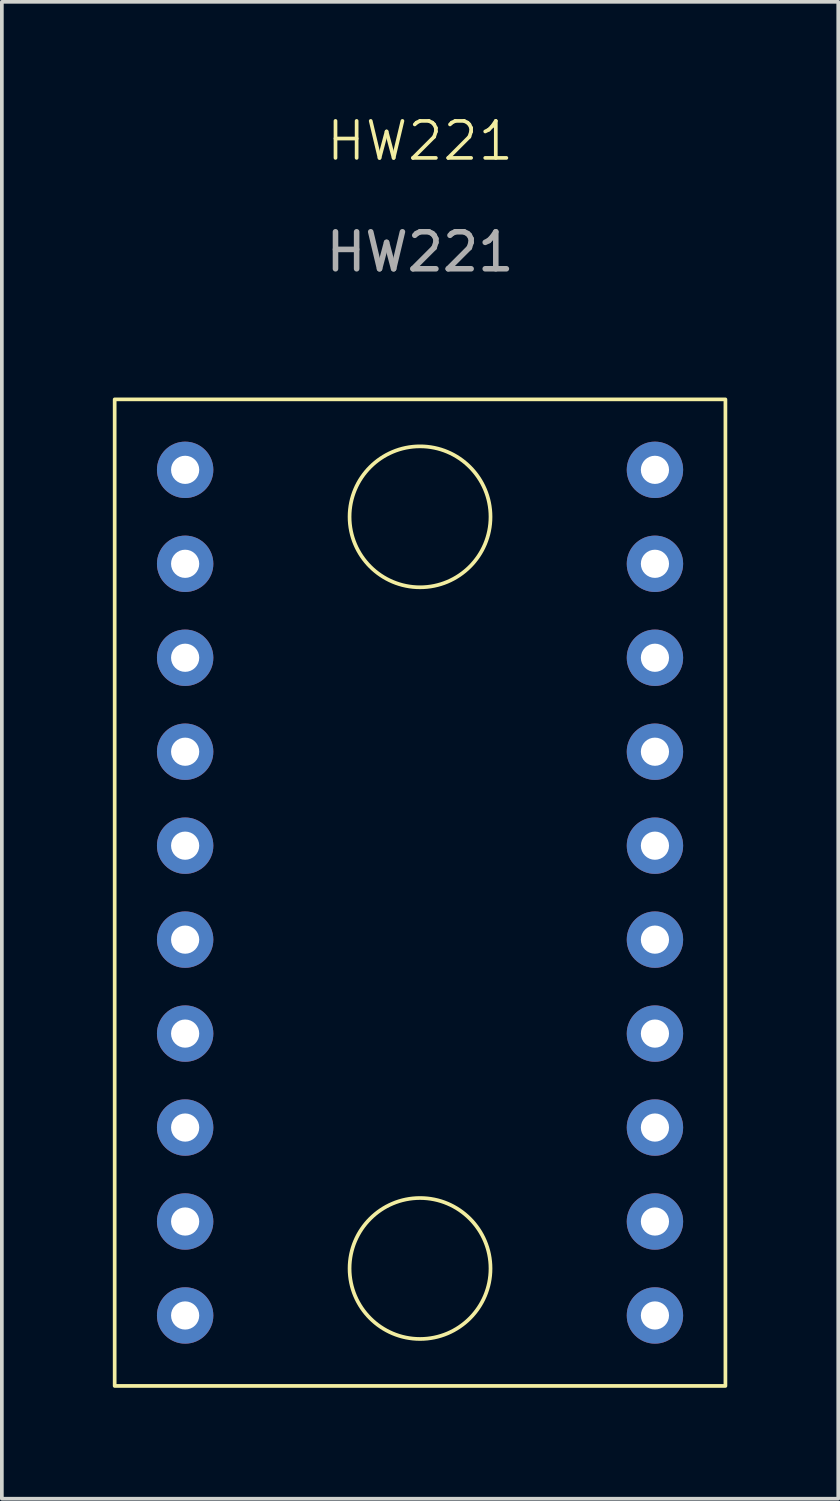
<source format=kicad_pcb>
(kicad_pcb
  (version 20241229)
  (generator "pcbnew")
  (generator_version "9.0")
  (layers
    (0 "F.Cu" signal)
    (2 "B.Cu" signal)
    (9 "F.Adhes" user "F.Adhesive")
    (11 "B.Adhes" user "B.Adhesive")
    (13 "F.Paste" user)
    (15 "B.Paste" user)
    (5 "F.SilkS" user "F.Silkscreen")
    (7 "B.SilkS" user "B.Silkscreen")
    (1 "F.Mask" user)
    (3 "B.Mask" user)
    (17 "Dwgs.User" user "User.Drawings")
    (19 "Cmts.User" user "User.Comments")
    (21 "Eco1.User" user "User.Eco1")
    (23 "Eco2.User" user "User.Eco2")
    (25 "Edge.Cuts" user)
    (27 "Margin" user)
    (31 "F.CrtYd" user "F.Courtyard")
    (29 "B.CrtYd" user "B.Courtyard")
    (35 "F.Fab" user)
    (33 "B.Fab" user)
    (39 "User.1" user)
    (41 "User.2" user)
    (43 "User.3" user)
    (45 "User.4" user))
  (footprint "HW221"
    (layer "F.Cu")
    (at 8.305 21.081)
    (property "Reference" "HW221" (at 0 -20.32 0) (unlocked yes) (layer "F.SilkS") (effects (font (size 1 1) (thickness 0.1))))
    (attr through_hole)
    (fp_rect (start -8.255 -13.335) (end 8.255 13.335) (stroke (width 0.1) (type default)) (fill no) (layer "F.SilkS"))
    (fp_circle (center 0 -10.16) (end 0 -8.255) (stroke (width 0.1) (type default)) (fill no) (layer "F.SilkS"))
    (fp_circle (center 0 10.16) (end 0 12.065) (stroke (width 0.1) (type default)) (fill no) (layer "F.SilkS"))
    (fp_text user "${REFERENCE}" (at 0 -17.32 0) (unlocked yes) (layer "F.Fab") (effects (font (size 1 1) (thickness 0.15))))
    (pad "A1" thru_hole circle (at -6.35 -8.89) (size 1.524 1.524) (drill 0.762) (layers "*.Cu" "*.Mask"))
    (pad "A2" thru_hole circle (at -6.35 -6.35) (size 1.524 1.524) (drill 0.762) (layers "*.Cu" "*.Mask"))
    (pad "A3" thru_hole circle (at -6.35 -3.81) (size 1.524 1.524) (drill 0.762) (layers "*.Cu" "*.Mask"))
    (pad "A4" thru_hole circle (at -6.35 -1.27) (size 1.524 1.524) (drill 0.762) (layers "*.Cu" "*.Mask"))
    (pad "A5" thru_hole circle (at -6.35 1.27) (size 1.524 1.524) (drill 0.762) (layers "*.Cu" "*.Mask"))
    (pad "A6" thru_hole circle (at -6.35 3.81) (size 1.524 1.524) (drill 0.762) (layers "*.Cu" "*.Mask"))
    (pad "A7" thru_hole circle (at -6.35 6.35) (size 1.524 1.524) (drill 0.762) (layers "*.Cu" "*.Mask"))
    (pad "A8" thru_hole circle (at -6.35 8.89) (size 1.524 1.524) (drill 0.762) (layers "*.Cu" "*.Mask"))
    (pad "B1" thru_hole circle (at 6.35 -8.89) (size 1.524 1.524) (drill 0.762) (layers "*.Cu" "*.Mask"))
    (pad "B2" thru_hole circle (at 6.35 -6.35) (size 1.524 1.524) (drill 0.762) (layers "*.Cu" "*.Mask"))
    (pad "B3" thru_hole circle (at 6.35 -3.81) (size 1.524 1.524) (drill 0.762) (layers "*.Cu" "*.Mask"))
    (pad "B4" thru_hole circle (at 6.35 -1.27) (size 1.524 1.524) (drill 0.762) (layers "*.Cu" "*.Mask"))
    (pad "B5" thru_hole circle (at 6.35 1.27) (size 1.524 1.524) (drill 0.762) (layers "*.Cu" "*.Mask"))
    (pad "B6" thru_hole circle (at 6.35 3.81) (size 1.524 1.524) (drill 0.762) (layers "*.Cu" "*.Mask"))
    (pad "B7" thru_hole circle (at 6.35 6.35) (size 1.524 1.524) (drill 0.762) (layers "*.Cu" "*.Mask"))
    (pad "B8" thru_hole circle (at 6.35 8.89) (size 1.524 1.524) (drill 0.762) (layers "*.Cu" "*.Mask"))
    (pad "GND" thru_hole circle (at 6.35 11.43) (size 1.524 1.524) (drill 0.762) (layers "*.Cu" "*.Mask"))
    (pad "OE" thru_hole circle (at -6.35 11.43) (size 1.524 1.524) (drill 0.762) (layers "*.Cu" "*.Mask"))
    (pad "VA" thru_hole circle (at -6.35 -11.43) (size 1.524 1.524) (drill 0.762) (layers "*.Cu" "*.Mask"))
    (pad "VB" thru_hole circle (at 6.35 -11.43) (size 1.524 1.524) (drill 0.762) (layers "*.Cu" "*.Mask")))
  (gr_rect
    (start -3 -3)
    (end 19.61 37.465)
    (stroke (width 0.1) (type default))
    (fill no)
    (layer "Edge.Cuts")))
</source>
